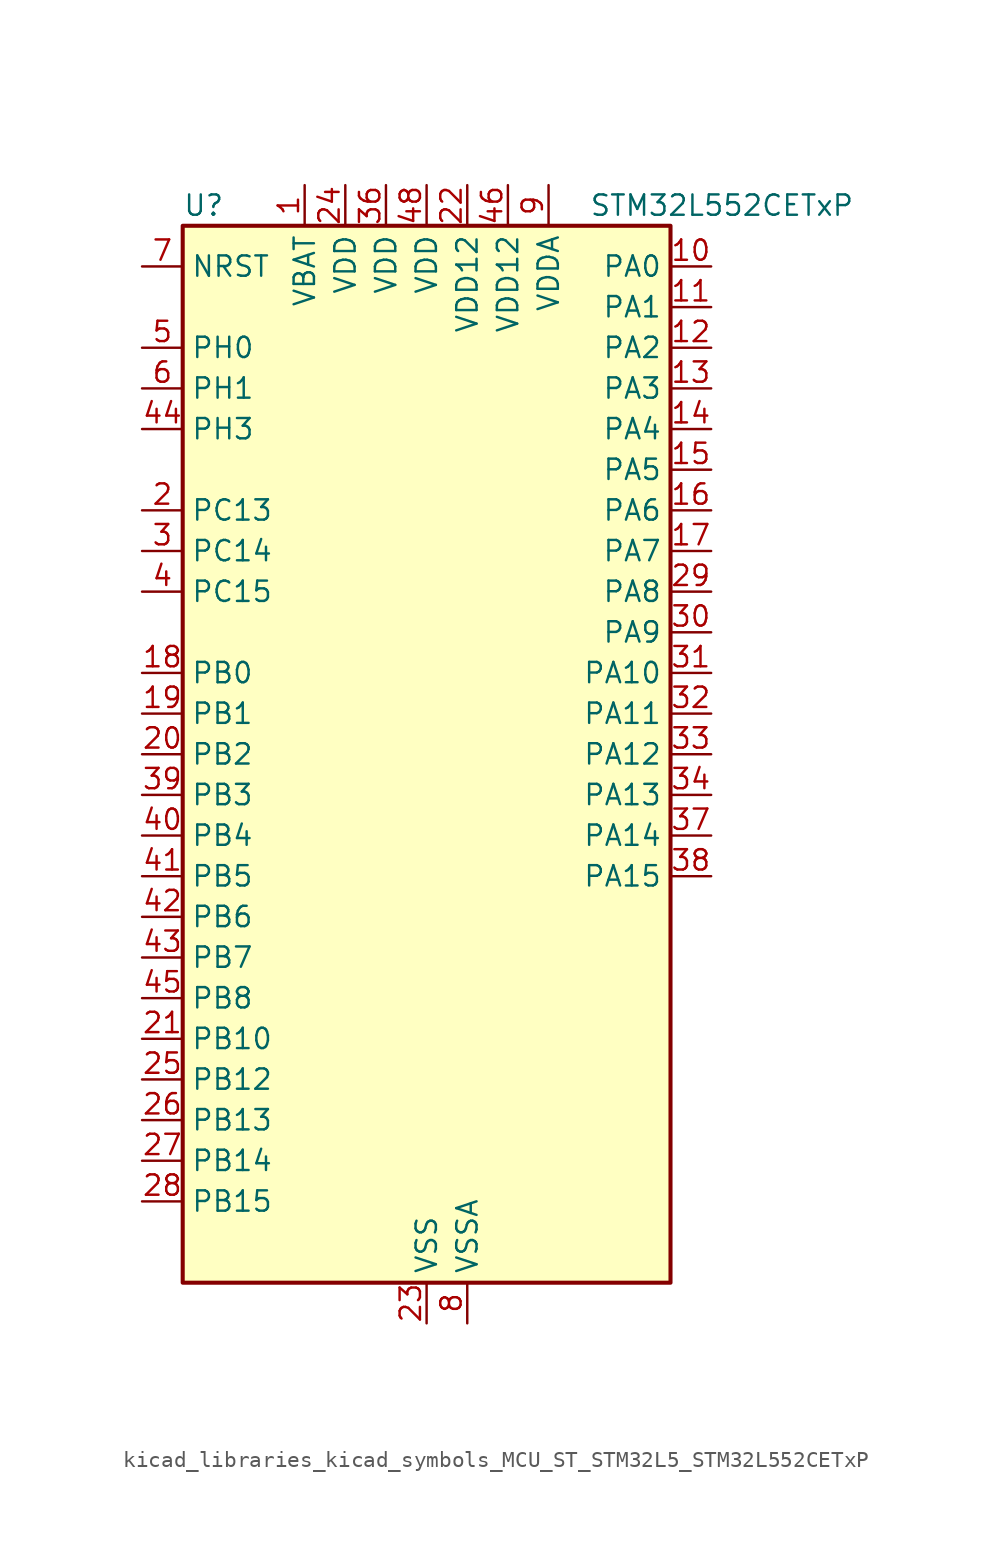
<source format=kicad_sym>
(kicad_symbol_lib
  (version 20220914)
  (generator kicad_symbol_editor)
  (symbol "kicad_libraries_kicad_symbols_MCU_ST_STM32L5_STM32L552CETxP"
    (property "Reference" "U"
      (at -15.24 34.29 0)
      (effects (font (size 1.27 1.27)) (justify left)))
    (property "Value" "STM32L552CETxP"
      (at 10.16 34.29 0)
      (effects (font (size 1.27 1.27)) (justify left)))
    (property "ki_locked" ""
      (at 0 0 0)
      (effects (font (size 1.27 1.27))))
    (symbol "kicad_libraries_kicad_symbols_MCU_ST_STM32L5_STM32L552CETxP_0_1"
      (rectangle (start -15.24 -33.02) (end 15.24 33.02) (stroke (width 0.254) (type default)) (fill (type background))))
    (symbol "kicad_libraries_kicad_symbols_MCU_ST_STM32L5_STM32L552CETxP_1_1"
      (pin power_in line (at -7.62 35.56 270) (length 2.54) (name "VBAT" (effects (font (size 1.27 1.27)))) (number "1" (effects (font (size 1.27 1.27)))))
      (pin bidirectional line (at 17.78 30.48 180) (length 2.54) (name "PA0" (effects (font (size 1.27 1.27)))) (number "10" (effects (font (size 1.27 1.27)))) (alternate "ADC1_IN5" bidirectional line) (alternate "ADC2_IN5" bidirectional line) (alternate "OPAMP1_VINP" bidirectional line) (alternate "PWR_WKUP1" bidirectional line) (alternate "SAI1_EXTCLK" bidirectional line) (alternate "TAMP_IN2" bidirectional line) (alternate "TAMP_OUT1" bidirectional line) (alternate "TIM2_CH1" bidirectional line) (alternate "TIM2_ETR" bidirectional line) (alternate "TIM5_CH1" bidirectional line) (alternate "TIM8_ETR" bidirectional line) (alternate "UART4_TX" bidirectional line) (alternate "USART2_CTS" bidirectional line) (alternate "USART2_NSS" bidirectional line))
      (pin bidirectional line (at 17.78 27.94 180) (length 2.54) (name "PA1" (effects (font (size 1.27 1.27)))) (number "11" (effects (font (size 1.27 1.27)))) (alternate "ADC1_IN6" bidirectional line) (alternate "ADC2_IN6" bidirectional line) (alternate "I2C1_SMBA" bidirectional line) (alternate "OCTOSPI1_DQS" bidirectional line) (alternate "OPAMP1_VINM" bidirectional line) (alternate "SPI1_SCK" bidirectional line) (alternate "TAMP_IN5" bidirectional line) (alternate "TAMP_OUT4" bidirectional line) (alternate "TIM15_CH1N" bidirectional line) (alternate "TIM2_CH2" bidirectional line) (alternate "TIM5_CH2" bidirectional line) (alternate "UART4_RX" bidirectional line) (alternate "USART2_DE" bidirectional line) (alternate "USART2_RTS" bidirectional line))
      (pin bidirectional line (at 17.78 25.4 180) (length 2.54) (name "PA2" (effects (font (size 1.27 1.27)))) (number "12" (effects (font (size 1.27 1.27)))) (alternate "ADC1_IN7" bidirectional line) (alternate "ADC2_IN7" bidirectional line) (alternate "COMP1_INP" bidirectional line) (alternate "LPUART1_TX" bidirectional line) (alternate "OCTOSPI1_NCS" bidirectional line) (alternate "PWR_WKUP4" bidirectional line) (alternate "RCC_LSCO" bidirectional line) (alternate "SAI2_EXTCLK" bidirectional line) (alternate "TIM15_CH1" bidirectional line) (alternate "TIM2_CH3" bidirectional line) (alternate "TIM5_CH3" bidirectional line) (alternate "UCPD1_FRSTX1" bidirectional line) (alternate "USART2_TX" bidirectional line))
      (pin bidirectional line (at 17.78 22.86 180) (length 2.54) (name "PA3" (effects (font (size 1.27 1.27)))) (number "13" (effects (font (size 1.27 1.27)))) (alternate "ADC1_IN8" bidirectional line) (alternate "ADC2_IN8" bidirectional line) (alternate "LPUART1_RX" bidirectional line) (alternate "OCTOSPI1_CLK" bidirectional line) (alternate "OPAMP1_VOUT" bidirectional line) (alternate "SAI1_CK1" bidirectional line) (alternate "SAI1_MCLK_A" bidirectional line) (alternate "TIM15_CH2" bidirectional line) (alternate "TIM2_CH4" bidirectional line) (alternate "TIM5_CH4" bidirectional line) (alternate "USART2_RX" bidirectional line))
      (pin bidirectional line (at 17.78 20.32 180) (length 2.54) (name "PA4" (effects (font (size 1.27 1.27)))) (number "14" (effects (font (size 1.27 1.27)))) (alternate "ADC1_IN9" bidirectional line) (alternate "ADC2_IN9" bidirectional line) (alternate "DAC1_OUT1" bidirectional line) (alternate "LPTIM2_OUT" bidirectional line) (alternate "OCTOSPI1_NCS" bidirectional line) (alternate "SAI1_FS_B" bidirectional line) (alternate "SPI1_NSS" bidirectional line) (alternate "SPI3_NSS" bidirectional line) (alternate "USART2_CK" bidirectional line))
      (pin bidirectional line (at 17.78 17.78 180) (length 2.54) (name "PA5" (effects (font (size 1.27 1.27)))) (number "15" (effects (font (size 1.27 1.27)))) (alternate "ADC1_IN10" bidirectional line) (alternate "ADC2_IN10" bidirectional line) (alternate "DAC1_OUT2" bidirectional line) (alternate "LPTIM2_ETR" bidirectional line) (alternate "SPI1_SCK" bidirectional line) (alternate "TIM2_CH1" bidirectional line) (alternate "TIM2_ETR" bidirectional line) (alternate "TIM8_CH1N" bidirectional line))
      (pin bidirectional line (at 17.78 15.24 180) (length 2.54) (name "PA6" (effects (font (size 1.27 1.27)))) (number "16" (effects (font (size 1.27 1.27)))) (alternate "ADC1_IN11" bidirectional line) (alternate "ADC2_IN11" bidirectional line) (alternate "LPUART1_CTS" bidirectional line) (alternate "OCTOSPI1_IO3" bidirectional line) (alternate "OPAMP2_VINP" bidirectional line) (alternate "SPI1_MISO" bidirectional line) (alternate "TIM16_CH1" bidirectional line) (alternate "TIM1_BKIN" bidirectional line) (alternate "TIM3_CH1" bidirectional line) (alternate "TIM8_BKIN" bidirectional line) (alternate "USART3_CTS" bidirectional line) (alternate "USART3_NSS" bidirectional line))
      (pin bidirectional line (at 17.78 12.7 180) (length 2.54) (name "PA7" (effects (font (size 1.27 1.27)))) (number "17" (effects (font (size 1.27 1.27)))) (alternate "ADC1_IN12" bidirectional line) (alternate "ADC2_IN12" bidirectional line) (alternate "I2C3_SCL" bidirectional line) (alternate "OCTOSPI1_IO2" bidirectional line) (alternate "OPAMP2_VINM" bidirectional line) (alternate "SPI1_MOSI" bidirectional line) (alternate "TIM17_CH1" bidirectional line) (alternate "TIM1_CH1N" bidirectional line) (alternate "TIM3_CH2" bidirectional line) (alternate "TIM8_CH1N" bidirectional line))
      (pin bidirectional line (at -17.78 5.08 0) (length 2.54) (name "PB0" (effects (font (size 1.27 1.27)))) (number "18" (effects (font (size 1.27 1.27)))) (alternate "ADC1_IN15" bidirectional line) (alternate "ADC2_IN15" bidirectional line) (alternate "COMP1_OUT" bidirectional line) (alternate "OCTOSPI1_IO1" bidirectional line) (alternate "OPAMP2_VOUT" bidirectional line) (alternate "SAI1_EXTCLK" bidirectional line) (alternate "SPI1_NSS" bidirectional line) (alternate "TIM1_CH2N" bidirectional line) (alternate "TIM3_CH3" bidirectional line) (alternate "TIM8_CH2N" bidirectional line) (alternate "USART3_CK" bidirectional line))
      (pin bidirectional line (at -17.78 2.54 0) (length 2.54) (name "PB1" (effects (font (size 1.27 1.27)))) (number "19" (effects (font (size 1.27 1.27)))) (alternate "ADC1_IN16" bidirectional line) (alternate "ADC2_IN16" bidirectional line) (alternate "COMP1_INM" bidirectional line) (alternate "DFSDM1_DATIN0" bidirectional line) (alternate "LPTIM2_IN1" bidirectional line) (alternate "LPUART1_DE" bidirectional line) (alternate "LPUART1_RTS" bidirectional line) (alternate "OCTOSPI1_IO0" bidirectional line) (alternate "TIM1_CH3N" bidirectional line) (alternate "TIM3_CH4" bidirectional line) (alternate "TIM8_CH3N" bidirectional line) (alternate "USART3_DE" bidirectional line) (alternate "USART3_RTS" bidirectional line))
      (pin bidirectional line (at -17.78 15.24 0) (length 2.54) (name "PC13" (effects (font (size 1.27 1.27)))) (number "2" (effects (font (size 1.27 1.27)))) (alternate "PWR_WKUP2" bidirectional line) (alternate "RTC_OUT1" bidirectional line) (alternate "RTC_TS" bidirectional line) (alternate "TAMP_IN1" bidirectional line) (alternate "TAMP_OUT2" bidirectional line))
      (pin bidirectional line (at -17.78 0 0) (length 2.54) (name "PB2" (effects (font (size 1.27 1.27)))) (number "20" (effects (font (size 1.27 1.27)))) (alternate "COMP1_INP" bidirectional line) (alternate "DFSDM1_CKIN0" bidirectional line) (alternate "I2C3_SMBA" bidirectional line) (alternate "LPTIM1_OUT" bidirectional line) (alternate "OCTOSPI1_DQS" bidirectional line) (alternate "RTC_OUT2" bidirectional line) (alternate "UCPD1_FRSTX1" bidirectional line))
      (pin bidirectional line (at -17.78 -17.78 0) (length 2.54) (name "PB10" (effects (font (size 1.27 1.27)))) (number "21" (effects (font (size 1.27 1.27)))) (alternate "COMP1_OUT" bidirectional line) (alternate "I2C2_SCL" bidirectional line) (alternate "I2C4_SCL" bidirectional line) (alternate "LPTIM3_OUT" bidirectional line) (alternate "LPUART1_RX" bidirectional line) (alternate "OCTOSPI1_CLK" bidirectional line) (alternate "SAI1_SCK_A" bidirectional line) (alternate "SPI2_SCK" bidirectional line) (alternate "TIM2_CH3" bidirectional line) (alternate "TSC_SYNC" bidirectional line) (alternate "USART3_TX" bidirectional line))
      (pin power_in line (at 2.54 35.56 270) (length 2.54) (name "VDD12" (effects (font (size 1.27 1.27)))) (number "22" (effects (font (size 1.27 1.27)))))
      (pin power_in line (at 0 -35.56 90) (length 2.54) (name "VSS" (effects (font (size 1.27 1.27)))) (number "23" (effects (font (size 1.27 1.27)))))
      (pin power_in line (at -5.08 35.56 270) (length 2.54) (name "VDD" (effects (font (size 1.27 1.27)))) (number "24" (effects (font (size 1.27 1.27)))))
      (pin bidirectional line (at -17.78 -20.32 0) (length 2.54) (name "PB12" (effects (font (size 1.27 1.27)))) (number "25" (effects (font (size 1.27 1.27)))) (alternate "DFSDM1_DATIN1" bidirectional line) (alternate "I2C2_SMBA" bidirectional line) (alternate "LPUART1_DE" bidirectional line) (alternate "LPUART1_RTS" bidirectional line) (alternate "OCTOSPI1_NCLK" bidirectional line) (alternate "SAI2_FS_A" bidirectional line) (alternate "SPI2_NSS" bidirectional line) (alternate "TIM15_BKIN" bidirectional line) (alternate "TIM1_BKIN" bidirectional line) (alternate "TSC_G1_IO1" bidirectional line) (alternate "USART3_CK" bidirectional line))
      (pin bidirectional line (at -17.78 -22.86 0) (length 2.54) (name "PB13" (effects (font (size 1.27 1.27)))) (number "26" (effects (font (size 1.27 1.27)))) (alternate "DFSDM1_CKIN1" bidirectional line) (alternate "I2C2_SCL" bidirectional line) (alternate "LPTIM3_IN1" bidirectional line) (alternate "LPUART1_CTS" bidirectional line) (alternate "SAI2_SCK_A" bidirectional line) (alternate "SPI2_SCK" bidirectional line) (alternate "TIM15_CH1N" bidirectional line) (alternate "TIM1_CH1N" bidirectional line) (alternate "TSC_G1_IO2" bidirectional line) (alternate "UCPD1_FRSTX2" bidirectional line) (alternate "USART3_CTS" bidirectional line) (alternate "USART3_NSS" bidirectional line))
      (pin bidirectional line (at -17.78 -25.4 0) (length 2.54) (name "PB14" (effects (font (size 1.27 1.27)))) (number "27" (effects (font (size 1.27 1.27)))) (alternate "DFSDM1_DATIN2" bidirectional line) (alternate "I2C2_SDA" bidirectional line) (alternate "LPTIM3_ETR" bidirectional line) (alternate "SAI2_MCLK_A" bidirectional line) (alternate "SPI2_MISO" bidirectional line) (alternate "TIM15_CH1" bidirectional line) (alternate "TIM1_CH2N" bidirectional line) (alternate "TIM8_CH2N" bidirectional line) (alternate "TSC_G1_IO3" bidirectional line) (alternate "UCPD1_DBCC2" bidirectional line) (alternate "USART3_DE" bidirectional line) (alternate "USART3_RTS" bidirectional line))
      (pin bidirectional line (at -17.78 -27.94 0) (length 2.54) (name "PB15" (effects (font (size 1.27 1.27)))) (number "28" (effects (font (size 1.27 1.27)))) (alternate "ADC1_EXTI15" bidirectional line) (alternate "ADC2_EXTI15" bidirectional line) (alternate "DFSDM1_CKIN2" bidirectional line) (alternate "RTC_REFIN" bidirectional line) (alternate "SAI2_SD_A" bidirectional line) (alternate "SPI2_MOSI" bidirectional line) (alternate "TIM15_CH2" bidirectional line) (alternate "TIM1_CH3N" bidirectional line) (alternate "TIM8_CH3N" bidirectional line) (alternate "UCPD1_CC2" bidirectional line))
      (pin bidirectional line (at 17.78 10.16 180) (length 2.54) (name "PA8" (effects (font (size 1.27 1.27)))) (number "29" (effects (font (size 1.27 1.27)))) (alternate "LPTIM2_OUT" bidirectional line) (alternate "RCC_MCO" bidirectional line) (alternate "SAI1_CK2" bidirectional line) (alternate "SAI1_SCK_A" bidirectional line) (alternate "TIM1_CH1" bidirectional line) (alternate "USART1_CK" bidirectional line))
      (pin bidirectional line (at -17.78 12.7 0) (length 2.54) (name "PC14" (effects (font (size 1.27 1.27)))) (number "3" (effects (font (size 1.27 1.27)))) (alternate "RCC_OSC32_IN" bidirectional line))
      (pin bidirectional line (at 17.78 7.62 180) (length 2.54) (name "PA9" (effects (font (size 1.27 1.27)))) (number "30" (effects (font (size 1.27 1.27)))) (alternate "DAC1_EXTI9" bidirectional line) (alternate "SAI1_FS_A" bidirectional line) (alternate "SPI2_SCK" bidirectional line) (alternate "TIM15_BKIN" bidirectional line) (alternate "TIM1_CH2" bidirectional line) (alternate "USART1_TX" bidirectional line))
      (pin bidirectional line (at 17.78 5.08 180) (length 2.54) (name "PA10" (effects (font (size 1.27 1.27)))) (number "31" (effects (font (size 1.27 1.27)))) (alternate "CRS_SYNC" bidirectional line) (alternate "SAI1_D1" bidirectional line) (alternate "SAI1_SD_A" bidirectional line) (alternate "TIM17_BKIN" bidirectional line) (alternate "TIM1_CH3" bidirectional line) (alternate "USART1_RX" bidirectional line))
      (pin bidirectional line (at 17.78 2.54 180) (length 2.54) (name "PA11" (effects (font (size 1.27 1.27)))) (number "32" (effects (font (size 1.27 1.27)))) (alternate "ADC1_EXTI11" bidirectional line) (alternate "ADC2_EXTI11" bidirectional line) (alternate "FDCAN1_RX" bidirectional line) (alternate "SPI1_MISO" bidirectional line) (alternate "TIM1_BKIN2" bidirectional line) (alternate "TIM1_CH4" bidirectional line) (alternate "USART1_CTS" bidirectional line) (alternate "USART1_NSS" bidirectional line) (alternate "USB_DM" bidirectional line))
      (pin bidirectional line (at 17.78 0 180) (length 2.54) (name "PA12" (effects (font (size 1.27 1.27)))) (number "33" (effects (font (size 1.27 1.27)))) (alternate "FDCAN1_TX" bidirectional line) (alternate "SPI1_MOSI" bidirectional line) (alternate "TIM1_ETR" bidirectional line) (alternate "USART1_DE" bidirectional line) (alternate "USART1_RTS" bidirectional line) (alternate "USB_DP" bidirectional line))
      (pin bidirectional line (at 17.78 -2.54 180) (length 2.54) (name "PA13" (effects (font (size 1.27 1.27)))) (number "34" (effects (font (size 1.27 1.27)))) (alternate "DEBUG_JTMS-SWDIO" bidirectional line) (alternate "IR_OUT" bidirectional line) (alternate "SAI1_SD_B" bidirectional line) (alternate "USB_NOE" bidirectional line))
      (pin passive line (at 0 -35.56 90) (length 2.54) hide (name "VSS" (effects (font (size 1.27 1.27)))) (number "35" (effects (font (size 1.27 1.27)))))
      (pin power_in line (at -2.54 35.56 270) (length 2.54) (name "VDD" (effects (font (size 1.27 1.27)))) (number "36" (effects (font (size 1.27 1.27)))))
      (pin bidirectional line (at 17.78 -5.08 180) (length 2.54) (name "PA14" (effects (font (size 1.27 1.27)))) (number "37" (effects (font (size 1.27 1.27)))) (alternate "DEBUG_JTCK-SWCLK" bidirectional line) (alternate "I2C1_SMBA" bidirectional line) (alternate "I2C4_SMBA" bidirectional line) (alternate "LPTIM1_OUT" bidirectional line) (alternate "SAI1_FS_B" bidirectional line))
      (pin bidirectional line (at 17.78 -7.62 180) (length 2.54) (name "PA15" (effects (font (size 1.27 1.27)))) (number "38" (effects (font (size 1.27 1.27)))) (alternate "ADC1_EXTI15" bidirectional line) (alternate "ADC2_EXTI15" bidirectional line) (alternate "DEBUG_JTDI" bidirectional line) (alternate "SAI2_FS_B" bidirectional line) (alternate "SPI1_NSS" bidirectional line) (alternate "SPI3_NSS" bidirectional line) (alternate "TIM2_CH1" bidirectional line) (alternate "TIM2_ETR" bidirectional line) (alternate "UART4_DE" bidirectional line) (alternate "UART4_RTS" bidirectional line) (alternate "UCPD1_CC1" bidirectional line) (alternate "USART2_RX" bidirectional line) (alternate "USART3_DE" bidirectional line) (alternate "USART3_RTS" bidirectional line))
      (pin bidirectional line (at -17.78 -2.54 0) (length 2.54) (name "PB3" (effects (font (size 1.27 1.27)))) (number "39" (effects (font (size 1.27 1.27)))) (alternate "COMP2_INM" bidirectional line) (alternate "CRS_SYNC" bidirectional line) (alternate "DEBUG_JTDO-SWO" bidirectional line) (alternate "SAI1_SCK_B" bidirectional line) (alternate "SPI1_SCK" bidirectional line) (alternate "SPI3_SCK" bidirectional line) (alternate "TIM2_CH2" bidirectional line) (alternate "USART1_DE" bidirectional line) (alternate "USART1_RTS" bidirectional line))
      (pin bidirectional line (at -17.78 10.16 0) (length 2.54) (name "PC15" (effects (font (size 1.27 1.27)))) (number "4" (effects (font (size 1.27 1.27)))) (alternate "ADC1_EXTI15" bidirectional line) (alternate "ADC2_EXTI15" bidirectional line) (alternate "RCC_OSC32_OUT" bidirectional line))
      (pin bidirectional line (at -17.78 -5.08 0) (length 2.54) (name "PB4" (effects (font (size 1.27 1.27)))) (number "40" (effects (font (size 1.27 1.27)))) (alternate "COMP2_INP" bidirectional line) (alternate "DEBUG_JTRST" bidirectional line) (alternate "I2C3_SDA" bidirectional line) (alternate "SAI1_MCLK_B" bidirectional line) (alternate "SPI1_MISO" bidirectional line) (alternate "SPI3_MISO" bidirectional line) (alternate "TIM17_BKIN" bidirectional line) (alternate "TIM3_CH1" bidirectional line) (alternate "TSC_G2_IO1" bidirectional line) (alternate "USART1_CTS" bidirectional line) (alternate "USART1_NSS" bidirectional line))
      (pin bidirectional line (at -17.78 -7.62 0) (length 2.54) (name "PB5" (effects (font (size 1.27 1.27)))) (number "41" (effects (font (size 1.27 1.27)))) (alternate "COMP2_OUT" bidirectional line) (alternate "I2C1_SMBA" bidirectional line) (alternate "LPTIM1_IN1" bidirectional line) (alternate "OCTOSPI1_NCLK" bidirectional line) (alternate "SAI1_SD_B" bidirectional line) (alternate "SPI1_MOSI" bidirectional line) (alternate "SPI3_MOSI" bidirectional line) (alternate "TIM16_BKIN" bidirectional line) (alternate "TIM3_CH2" bidirectional line) (alternate "TSC_G2_IO2" bidirectional line) (alternate "UCPD1_DBCC1" bidirectional line) (alternate "USART1_CK" bidirectional line))
      (pin bidirectional line (at -17.78 -10.16 0) (length 2.54) (name "PB6" (effects (font (size 1.27 1.27)))) (number "42" (effects (font (size 1.27 1.27)))) (alternate "COMP2_INP" bidirectional line) (alternate "I2C1_SCL" bidirectional line) (alternate "I2C4_SCL" bidirectional line) (alternate "LPTIM1_ETR" bidirectional line) (alternate "SAI1_FS_B" bidirectional line) (alternate "TIM16_CH1N" bidirectional line) (alternate "TIM4_CH1" bidirectional line) (alternate "TIM8_BKIN2" bidirectional line) (alternate "TSC_G2_IO3" bidirectional line) (alternate "USART1_TX" bidirectional line))
      (pin bidirectional line (at -17.78 -12.7 0) (length 2.54) (name "PB7" (effects (font (size 1.27 1.27)))) (number "43" (effects (font (size 1.27 1.27)))) (alternate "COMP2_INM" bidirectional line) (alternate "I2C1_SDA" bidirectional line) (alternate "I2C4_SDA" bidirectional line) (alternate "LPTIM1_IN2" bidirectional line) (alternate "PWR_PVD_IN" bidirectional line) (alternate "TIM17_CH1N" bidirectional line) (alternate "TIM4_CH2" bidirectional line) (alternate "TIM8_BKIN" bidirectional line) (alternate "TSC_G2_IO4" bidirectional line) (alternate "UART4_CTS" bidirectional line) (alternate "USART1_RX" bidirectional line))
      (pin bidirectional line (at -17.78 20.32 0) (length 2.54) (name "PH3" (effects (font (size 1.27 1.27)))) (number "44" (effects (font (size 1.27 1.27)))))
      (pin bidirectional line (at -17.78 -15.24 0) (length 2.54) (name "PB8" (effects (font (size 1.27 1.27)))) (number "45" (effects (font (size 1.27 1.27)))) (alternate "DFSDM1_CKOUT" bidirectional line) (alternate "FDCAN1_RX" bidirectional line) (alternate "I2C1_SCL" bidirectional line) (alternate "SAI1_CK1" bidirectional line) (alternate "SAI1_MCLK_A" bidirectional line) (alternate "TIM16_CH1" bidirectional line) (alternate "TIM4_CH3" bidirectional line))
      (pin power_in line (at 5.08 35.56 270) (length 2.54) (name "VDD12" (effects (font (size 1.27 1.27)))) (number "46" (effects (font (size 1.27 1.27)))))
      (pin passive line (at 0 -35.56 90) (length 2.54) hide (name "VSS" (effects (font (size 1.27 1.27)))) (number "47" (effects (font (size 1.27 1.27)))))
      (pin power_in line (at 0 35.56 270) (length 2.54) (name "VDD" (effects (font (size 1.27 1.27)))) (number "48" (effects (font (size 1.27 1.27)))))
      (pin bidirectional line (at -17.78 25.4 0) (length 2.54) (name "PH0" (effects (font (size 1.27 1.27)))) (number "5" (effects (font (size 1.27 1.27)))) (alternate "RCC_OSC_IN" bidirectional line))
      (pin bidirectional line (at -17.78 22.86 0) (length 2.54) (name "PH1" (effects (font (size 1.27 1.27)))) (number "6" (effects (font (size 1.27 1.27)))) (alternate "RCC_OSC_OUT" bidirectional line))
      (pin input line (at -17.78 30.48 0) (length 2.54) (name "NRST" (effects (font (size 1.27 1.27)))) (number "7" (effects (font (size 1.27 1.27)))))
      (pin power_in line (at 2.54 -35.56 90) (length 2.54) (name "VSSA" (effects (font (size 1.27 1.27)))) (number "8" (effects (font (size 1.27 1.27)))))
      (pin power_in line (at 7.62 35.56 270) (length 2.54) (name "VDDA" (effects (font (size 1.27 1.27)))) (number "9" (effects (font (size 1.27 1.27))))))))
</source>
